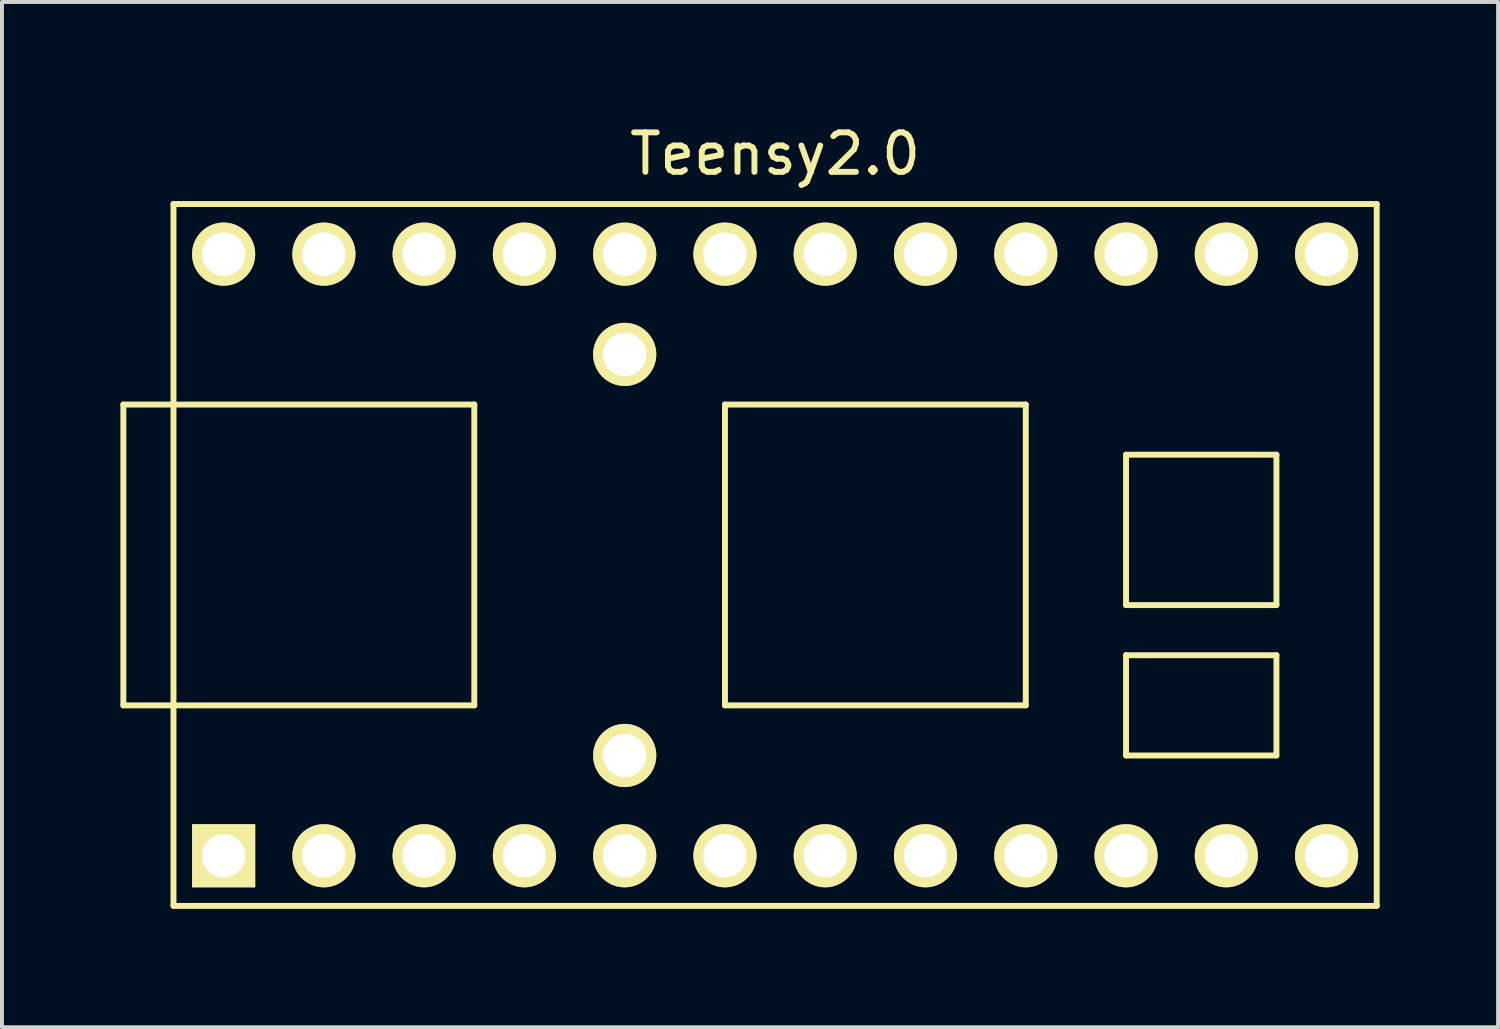
<source format=kicad_pcb>
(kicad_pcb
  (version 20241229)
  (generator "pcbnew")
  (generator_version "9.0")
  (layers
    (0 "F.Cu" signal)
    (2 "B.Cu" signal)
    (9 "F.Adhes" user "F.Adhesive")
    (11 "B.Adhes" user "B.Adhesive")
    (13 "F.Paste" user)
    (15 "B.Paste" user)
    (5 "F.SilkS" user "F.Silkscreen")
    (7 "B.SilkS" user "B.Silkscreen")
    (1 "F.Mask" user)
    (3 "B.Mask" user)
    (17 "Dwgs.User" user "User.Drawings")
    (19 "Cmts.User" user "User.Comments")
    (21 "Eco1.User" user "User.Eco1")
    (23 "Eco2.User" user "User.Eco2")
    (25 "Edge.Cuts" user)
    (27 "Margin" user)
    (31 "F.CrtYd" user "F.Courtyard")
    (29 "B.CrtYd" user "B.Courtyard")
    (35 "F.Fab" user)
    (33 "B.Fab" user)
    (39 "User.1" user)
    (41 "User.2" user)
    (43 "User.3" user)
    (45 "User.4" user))
  (footprint "Teensy2.0"
    (layer "F.Cu")
    (at 16.585 11.008)
    (property "Reference" "Teensy2.0" (at 0 -10.16 0) (layer "F.SilkS") (effects (font (size 1 1) (thickness 0.15))))
    (attr through_hole)
    (fp_line (start -16.51 -3.81) (end -7.62 -3.81) (stroke (width 0.15) (type solid)) (layer "F.SilkS"))
    (fp_line (start -16.51 3.81) (end -16.51 -3.81) (stroke (width 0.15) (type solid)) (layer "F.SilkS"))
    (fp_line (start -15.24 -8.89) (end 15.24 -8.89) (stroke (width 0.15) (type solid)) (layer "F.SilkS"))
    (fp_line (start -15.24 8.89) (end -15.24 -8.89) (stroke (width 0.15) (type solid)) (layer "F.SilkS"))
    (fp_line (start -7.62 -3.81) (end -7.62 3.81) (stroke (width 0.15) (type solid)) (layer "F.SilkS"))
    (fp_line (start -7.62 3.81) (end -16.51 3.81) (stroke (width 0.15) (type solid)) (layer "F.SilkS"))
    (fp_line (start -1.27 -3.81) (end -1.27 3.81) (stroke (width 0.15) (type solid)) (layer "F.SilkS"))
    (fp_line (start -1.27 3.81) (end 6.35 3.81) (stroke (width 0.15) (type solid)) (layer "F.SilkS"))
    (fp_line (start 6.35 -3.81) (end -1.27 -3.81) (stroke (width 0.15) (type solid)) (layer "F.SilkS"))
    (fp_line (start 6.35 3.81) (end 6.35 -3.81) (stroke (width 0.15) (type solid)) (layer "F.SilkS"))
    (fp_line (start 8.89 -2.54) (end 8.89 0) (stroke (width 0.15) (type solid)) (layer "F.SilkS"))
    (fp_line (start 8.89 0) (end 8.89 1.27) (stroke (width 0.15) (type solid)) (layer "F.SilkS"))
    (fp_line (start 8.89 1.27) (end 12.7 1.27) (stroke (width 0.15) (type solid)) (layer "F.SilkS"))
    (fp_line (start 8.89 2.54) (end 8.89 5.08) (stroke (width 0.15) (type solid)) (layer "F.SilkS"))
    (fp_line (start 8.89 5.08) (end 12.7 5.08) (stroke (width 0.15) (type solid)) (layer "F.SilkS"))
    (fp_line (start 12.7 -2.54) (end 8.89 -2.54) (stroke (width 0.15) (type solid)) (layer "F.SilkS"))
    (fp_line (start 12.7 1.27) (end 12.7 -2.54) (stroke (width 0.15) (type solid)) (layer "F.SilkS"))
    (fp_line (start 12.7 2.54) (end 8.89 2.54) (stroke (width 0.15) (type solid)) (layer "F.SilkS"))
    (fp_line (start 12.7 5.08) (end 12.7 2.54) (stroke (width 0.15) (type solid)) (layer "F.SilkS"))
    (fp_line (start 15.24 -8.89) (end 15.24 8.89) (stroke (width 0.15) (type solid)) (layer "F.SilkS"))
    (fp_line (start 15.24 8.89) (end -15.24 8.89) (stroke (width 0.15) (type solid)) (layer "F.SilkS"))
    (pad "1" thru_hole rect (at -13.97 7.62) (size 1.6 1.6) (drill 1.1) (layers "*.Cu" "*.Mask" "F.SilkS"))
    (pad "2" thru_hole circle (at -11.43 7.62) (size 1.6 1.6) (drill 1.1) (layers "*.Cu" "*.Mask" "F.SilkS"))
    (pad "3" thru_hole circle (at -8.89 7.62) (size 1.6 1.6) (drill 1.1) (layers "*.Cu" "*.Mask" "F.SilkS"))
    (pad "4" thru_hole circle (at -6.35 7.62) (size 1.6 1.6) (drill 1.1) (layers "*.Cu" "*.Mask" "F.SilkS"))
    (pad "5" thru_hole circle (at -3.81 7.62) (size 1.6 1.6) (drill 1.1) (layers "*.Cu" "*.Mask" "F.SilkS"))
    (pad "6" thru_hole circle (at -1.27 7.62) (size 1.6 1.6) (drill 1.1) (layers "*.Cu" "*.Mask" "F.SilkS"))
    (pad "7" thru_hole circle (at 1.27 7.62) (size 1.6 1.6) (drill 1.1) (layers "*.Cu" "*.Mask" "F.SilkS"))
    (pad "8" thru_hole circle (at 3.81 7.62) (size 1.6 1.6) (drill 1.1) (layers "*.Cu" "*.Mask" "F.SilkS"))
    (pad "9" thru_hole circle (at 6.35 7.62) (size 1.6 1.6) (drill 1.1) (layers "*.Cu" "*.Mask" "F.SilkS"))
    (pad "10" thru_hole circle (at 8.89 7.62) (size 1.6 1.6) (drill 1.1) (layers "*.Cu" "*.Mask" "F.SilkS"))
    (pad "11" thru_hole circle (at 11.43 7.62) (size 1.6 1.6) (drill 1.1) (layers "*.Cu" "*.Mask" "F.SilkS"))
    (pad "12" thru_hole circle (at 13.97 7.62) (size 1.6 1.6) (drill 1.1) (layers "*.Cu" "*.Mask" "F.SilkS"))
    (pad "18" thru_hole circle (at 13.97 -7.62) (size 1.6 1.6) (drill 1.1) (layers "*.Cu" "*.Mask" "F.SilkS"))
    (pad "19" thru_hole circle (at 11.43 -7.62) (size 1.6 1.6) (drill 1.1) (layers "*.Cu" "*.Mask" "F.SilkS"))
    (pad "20" thru_hole circle (at 8.89 -7.62) (size 1.6 1.6) (drill 1.1) (layers "*.Cu" "*.Mask" "F.SilkS"))
    (pad "21" thru_hole circle (at 6.35 -7.62) (size 1.6 1.6) (drill 1.1) (layers "*.Cu" "*.Mask" "F.SilkS"))
    (pad "22" thru_hole circle (at 3.81 -7.62) (size 1.6 1.6) (drill 1.1) (layers "*.Cu" "*.Mask" "F.SilkS"))
    (pad "23" thru_hole circle (at 1.27 -7.62) (size 1.6 1.6) (drill 1.1) (layers "*.Cu" "*.Mask" "F.SilkS"))
    (pad "24" thru_hole circle (at -1.27 -7.62) (size 1.6 1.6) (drill 1.1) (layers "*.Cu" "*.Mask" "F.SilkS"))
    (pad "25" thru_hole circle (at -3.81 -7.62) (size 1.6 1.6) (drill 1.1) (layers "*.Cu" "*.Mask" "F.SilkS"))
    (pad "26" thru_hole circle (at -6.35 -7.62) (size 1.6 1.6) (drill 1.1) (layers "*.Cu" "*.Mask" "F.SilkS"))
    (pad "27" thru_hole circle (at -8.89 -7.62) (size 1.6 1.6) (drill 1.1) (layers "*.Cu" "*.Mask" "F.SilkS"))
    (pad "28" thru_hole circle (at -11.43 -7.62) (size 1.6 1.6) (drill 1.1) (layers "*.Cu" "*.Mask" "F.SilkS"))
    (pad "29" thru_hole circle (at -13.97 -7.62) (size 1.6 1.6) (drill 1.1) (layers "*.Cu" "*.Mask" "F.SilkS"))
    (pad "30" thru_hole circle (at -3.81 5.08) (size 1.6 1.6) (drill 1.1) (layers "*.Cu" "*.Mask" "F.SilkS"))
    (pad "31" thru_hole circle (at -3.81 -5.08) (size 1.6 1.6) (drill 1.1) (layers "*.Cu" "*.Mask" "F.SilkS")))
  (gr_rect
    (start -3 -3)
    (end 34.9 22.973)
    (stroke (width 0.1) (type default))
    (fill no)
    (layer "Edge.Cuts")))
</source>
